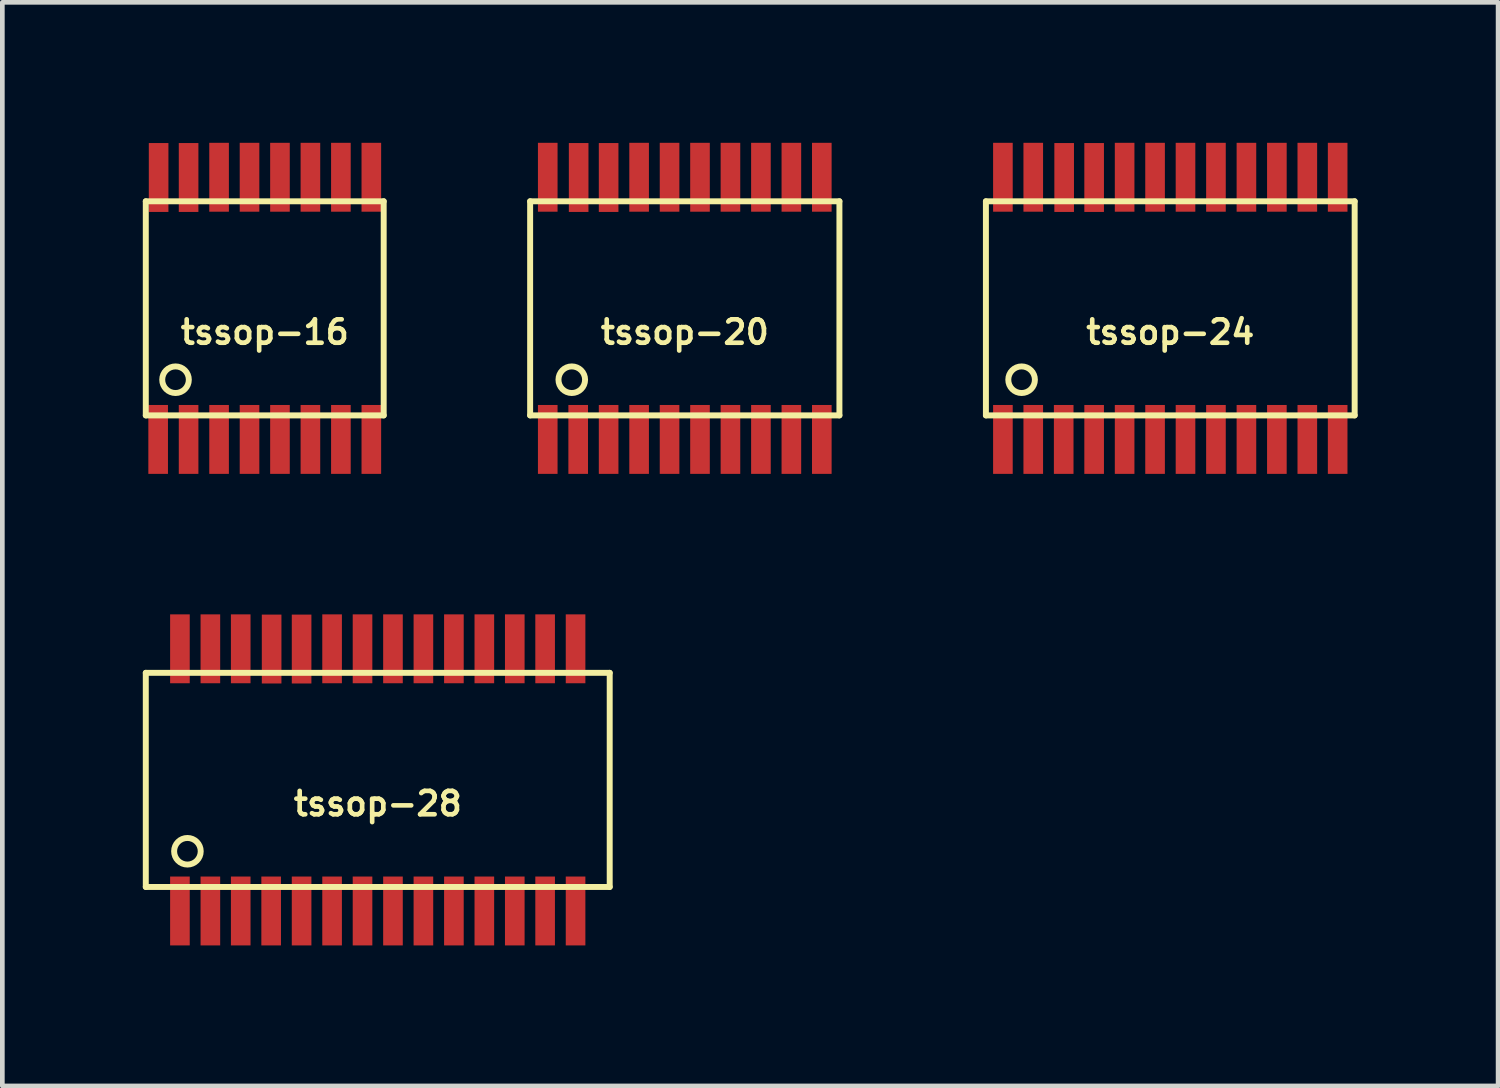
<source format=kicad_pcb>
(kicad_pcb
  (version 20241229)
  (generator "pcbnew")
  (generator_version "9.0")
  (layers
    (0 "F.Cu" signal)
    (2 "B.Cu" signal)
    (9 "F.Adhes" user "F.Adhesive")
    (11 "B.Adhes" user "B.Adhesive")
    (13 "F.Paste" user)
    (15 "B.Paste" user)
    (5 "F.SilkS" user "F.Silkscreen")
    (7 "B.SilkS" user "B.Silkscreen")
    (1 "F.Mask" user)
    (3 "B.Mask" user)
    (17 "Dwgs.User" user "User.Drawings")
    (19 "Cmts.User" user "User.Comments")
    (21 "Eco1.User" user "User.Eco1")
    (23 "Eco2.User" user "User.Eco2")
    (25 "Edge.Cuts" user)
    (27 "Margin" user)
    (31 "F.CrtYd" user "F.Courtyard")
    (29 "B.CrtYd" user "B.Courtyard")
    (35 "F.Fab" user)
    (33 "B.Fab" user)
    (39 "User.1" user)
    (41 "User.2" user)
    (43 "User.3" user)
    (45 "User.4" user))
  (footprint "tssop-28"
    (layer "F.Cu")
    (at 5.016 13.603)
    (property "Reference" "tssop-28" (at 0 0.508 0) (layer "F.SilkS") (effects (font (size 0.5 0.5) (thickness 0.099))))
    (attr through_hole)
    (fp_line (start -4.953 -2.286) (end -4.953 2.286) (stroke (width 0.127) (type solid)) (layer "F.SilkS"))
    (fp_line (start -4.953 2.286) (end 4.953 2.286) (stroke (width 0.127) (type solid)) (layer "F.SilkS"))
    (fp_line (start 4.953 -2.286) (end -4.953 -2.286) (stroke (width 0.127) (type solid)) (layer "F.SilkS"))
    (fp_line (start 4.953 2.286) (end 4.953 -2.286) (stroke (width 0.127) (type solid)) (layer "F.SilkS"))
    (fp_circle (center -4.064 1.524) (end -4.191 1.778) (stroke (width 0.127) (type solid)) (fill no) (layer "F.SilkS"))
    (pad "1" smd rect (at -4.224 2.799) (size 0.419 1.471) (layers "F.Cu" "F.Mask" "F.Paste"))
    (pad "2" smd rect (at -3.574 2.799) (size 0.419 1.471) (layers "F.Cu" "F.Mask" "F.Paste"))
    (pad "3" smd rect (at -2.926 2.799) (size 0.419 1.471) (layers "F.Cu" "F.Mask" "F.Paste"))
    (pad "4" smd rect (at -2.276 2.799) (size 0.419 1.471) (layers "F.Cu" "F.Mask" "F.Paste"))
    (pad "5" smd rect (at -1.626 2.799) (size 0.419 1.471) (layers "F.Cu" "F.Mask" "F.Paste"))
    (pad "6" smd rect (at -0.975 2.799) (size 0.419 1.471) (layers "F.Cu" "F.Mask" "F.Paste"))
    (pad "7" smd rect (at -0.325 2.799) (size 0.419 1.471) (layers "F.Cu" "F.Mask" "F.Paste"))
    (pad "8" smd rect (at 0.325 2.799) (size 0.419 1.471) (layers "F.Cu" "F.Mask" "F.Paste"))
    (pad "9" smd rect (at 0.975 2.799) (size 0.419 1.471) (layers "F.Cu" "F.Mask" "F.Paste"))
    (pad "10" smd rect (at 1.626 2.799) (size 0.419 1.471) (layers "F.Cu" "F.Mask" "F.Paste"))
    (pad "11" smd rect (at 2.276 2.799) (size 0.419 1.471) (layers "F.Cu" "F.Mask" "F.Paste"))
    (pad "12" smd rect (at 2.926 2.799) (size 0.419 1.471) (layers "F.Cu" "F.Mask" "F.Paste"))
    (pad "13" smd rect (at 3.574 2.799) (size 0.419 1.471) (layers "F.Cu" "F.Mask" "F.Paste"))
    (pad "14" smd rect (at 4.224 2.799) (size 0.419 1.471) (layers "F.Cu" "F.Mask" "F.Paste"))
    (pad "15" smd rect (at 4.224 -2.799) (size 0.419 1.471) (layers "F.Cu" "F.Mask" "F.Paste"))
    (pad "16" smd rect (at 3.574 -2.799) (size 0.419 1.471) (layers "F.Cu" "F.Mask" "F.Paste"))
    (pad "17" smd rect (at 2.926 -2.799) (size 0.419 1.471) (layers "F.Cu" "F.Mask" "F.Paste"))
    (pad "18" smd rect (at 2.276 -2.799) (size 0.419 1.471) (layers "F.Cu" "F.Mask" "F.Paste"))
    (pad "19" smd rect (at 1.626 -2.799) (size 0.419 1.471) (layers "F.Cu" "F.Mask" "F.Paste"))
    (pad "20" smd rect (at 0.975 -2.799) (size 0.419 1.471) (layers "F.Cu" "F.Mask" "F.Paste"))
    (pad "21" smd rect (at 0.325 -2.799) (size 0.419 1.471) (layers "F.Cu" "F.Mask" "F.Paste"))
    (pad "22" smd rect (at -0.325 -2.799) (size 0.419 1.471) (layers "F.Cu" "F.Mask" "F.Paste"))
    (pad "23" smd rect (at -0.975 -2.799) (size 0.419 1.471) (layers "F.Cu" "F.Mask" "F.Paste"))
    (pad "24" smd rect (at -1.626 -2.794) (size 0.419 1.471) (layers "F.Cu" "F.Mask" "F.Paste"))
    (pad "25" smd rect (at -2.266 -2.794) (size 0.419 1.471) (layers "F.Cu" "F.Mask" "F.Paste"))
    (pad "26" smd rect (at -2.926 -2.799) (size 0.419 1.471) (layers "F.Cu" "F.Mask" "F.Paste"))
    (pad "27" smd rect (at -3.574 -2.799) (size 0.419 1.471) (layers "F.Cu" "F.Mask" "F.Paste"))
    (pad "28" smd rect (at -4.224 -2.799) (size 0.419 1.471) (layers "F.Cu" "F.Mask" "F.Paste")))
  (footprint "tssop-20"
    (layer "F.Cu")
    (at 11.572 3.534)
    (property "Reference" "tssop-20" (at 0 0.508 0) (layer "F.SilkS") (effects (font (size 0.5 0.5) (thickness 0.099))))
    (attr through_hole)
    (fp_line (start -3.302 -2.286) (end -3.302 2.286) (stroke (width 0.127) (type solid)) (layer "F.SilkS"))
    (fp_line (start -3.302 2.286) (end 3.302 2.286) (stroke (width 0.127) (type solid)) (layer "F.SilkS"))
    (fp_line (start 3.302 -2.286) (end -3.302 -2.286) (stroke (width 0.127) (type solid)) (layer "F.SilkS"))
    (fp_line (start 3.302 2.286) (end 3.302 -2.286) (stroke (width 0.127) (type solid)) (layer "F.SilkS"))
    (fp_circle (center -2.413 1.524) (end -2.54 1.778) (stroke (width 0.127) (type solid)) (fill no) (layer "F.SilkS"))
    (pad "1" smd rect (at -2.926 2.799) (size 0.419 1.471) (layers "F.Cu" "F.Mask" "F.Paste"))
    (pad "2" smd rect (at -2.276 2.799) (size 0.419 1.471) (layers "F.Cu" "F.Mask" "F.Paste"))
    (pad "3" smd rect (at -1.626 2.799) (size 0.419 1.471) (layers "F.Cu" "F.Mask" "F.Paste"))
    (pad "4" smd rect (at -0.975 2.799) (size 0.419 1.471) (layers "F.Cu" "F.Mask" "F.Paste"))
    (pad "5" smd rect (at -0.325 2.799) (size 0.419 1.471) (layers "F.Cu" "F.Mask" "F.Paste"))
    (pad "6" smd rect (at 0.325 2.799) (size 0.419 1.471) (layers "F.Cu" "F.Mask" "F.Paste"))
    (pad "7" smd rect (at 0.975 2.799) (size 0.419 1.471) (layers "F.Cu" "F.Mask" "F.Paste"))
    (pad "8" smd rect (at 1.626 2.799) (size 0.419 1.471) (layers "F.Cu" "F.Mask" "F.Paste"))
    (pad "9" smd rect (at 2.276 2.799) (size 0.419 1.471) (layers "F.Cu" "F.Mask" "F.Paste"))
    (pad "10" smd rect (at 2.926 2.799) (size 0.419 1.471) (layers "F.Cu" "F.Mask" "F.Paste"))
    (pad "11" smd rect (at 2.926 -2.799) (size 0.419 1.471) (layers "F.Cu" "F.Mask" "F.Paste"))
    (pad "12" smd rect (at 2.276 -2.799) (size 0.419 1.471) (layers "F.Cu" "F.Mask" "F.Paste"))
    (pad "13" smd rect (at 1.626 -2.799) (size 0.419 1.471) (layers "F.Cu" "F.Mask" "F.Paste"))
    (pad "14" smd rect (at 0.975 -2.799) (size 0.419 1.471) (layers "F.Cu" "F.Mask" "F.Paste"))
    (pad "15" smd rect (at 0.325 -2.799) (size 0.419 1.471) (layers "F.Cu" "F.Mask" "F.Paste"))
    (pad "16" smd rect (at -0.325 -2.799) (size 0.419 1.471) (layers "F.Cu" "F.Mask" "F.Paste"))
    (pad "17" smd rect (at -0.975 -2.799) (size 0.419 1.471) (layers "F.Cu" "F.Mask" "F.Paste"))
    (pad "18" smd rect (at -1.626 -2.794) (size 0.419 1.471) (layers "F.Cu" "F.Mask" "F.Paste"))
    (pad "19" smd rect (at -2.266 -2.794) (size 0.419 1.471) (layers "F.Cu" "F.Mask" "F.Paste"))
    (pad "20" smd rect (at -2.926 -2.799) (size 0.419 1.471) (layers "F.Cu" "F.Mask" "F.Paste")))
  (footprint "tssop-24"
    (layer "F.Cu")
    (at 21.939 3.534)
    (property "Reference" "tssop-24" (at 0 0.508 0) (layer "F.SilkS") (effects (font (size 0.5 0.5) (thickness 0.099))))
    (attr through_hole)
    (fp_line (start -3.937 -2.286) (end -3.937 2.286) (stroke (width 0.127) (type solid)) (layer "F.SilkS"))
    (fp_line (start -3.937 2.286) (end 3.937 2.286) (stroke (width 0.127) (type solid)) (layer "F.SilkS"))
    (fp_line (start 3.937 -2.286) (end -3.937 -2.286) (stroke (width 0.127) (type solid)) (layer "F.SilkS"))
    (fp_line (start 3.937 2.286) (end 3.937 -2.286) (stroke (width 0.127) (type solid)) (layer "F.SilkS"))
    (fp_circle (center -3.175 1.524) (end -3.302 1.778) (stroke (width 0.127) (type solid)) (fill no) (layer "F.SilkS"))
    (pad "1" smd rect (at -3.574 2.799) (size 0.419 1.471) (layers "F.Cu" "F.Mask" "F.Paste"))
    (pad "2" smd rect (at -2.926 2.799) (size 0.419 1.471) (layers "F.Cu" "F.Mask" "F.Paste"))
    (pad "3" smd rect (at -2.276 2.799) (size 0.419 1.471) (layers "F.Cu" "F.Mask" "F.Paste"))
    (pad "4" smd rect (at -1.626 2.799) (size 0.419 1.471) (layers "F.Cu" "F.Mask" "F.Paste"))
    (pad "5" smd rect (at -0.975 2.799) (size 0.419 1.471) (layers "F.Cu" "F.Mask" "F.Paste"))
    (pad "6" smd rect (at -0.325 2.799) (size 0.419 1.471) (layers "F.Cu" "F.Mask" "F.Paste"))
    (pad "7" smd rect (at 0.325 2.799) (size 0.419 1.471) (layers "F.Cu" "F.Mask" "F.Paste"))
    (pad "8" smd rect (at 0.975 2.799) (size 0.419 1.471) (layers "F.Cu" "F.Mask" "F.Paste"))
    (pad "9" smd rect (at 1.626 2.799) (size 0.419 1.471) (layers "F.Cu" "F.Mask" "F.Paste"))
    (pad "10" smd rect (at 2.276 2.799) (size 0.419 1.471) (layers "F.Cu" "F.Mask" "F.Paste"))
    (pad "11" smd rect (at 2.926 2.799) (size 0.419 1.471) (layers "F.Cu" "F.Mask" "F.Paste"))
    (pad "12" smd rect (at 3.574 2.799) (size 0.419 1.471) (layers "F.Cu" "F.Mask" "F.Paste"))
    (pad "13" smd rect (at 3.574 -2.799) (size 0.419 1.471) (layers "F.Cu" "F.Mask" "F.Paste"))
    (pad "14" smd rect (at 2.926 -2.799) (size 0.419 1.471) (layers "F.Cu" "F.Mask" "F.Paste"))
    (pad "15" smd rect (at 2.276 -2.799) (size 0.419 1.471) (layers "F.Cu" "F.Mask" "F.Paste"))
    (pad "16" smd rect (at 1.626 -2.799) (size 0.419 1.471) (layers "F.Cu" "F.Mask" "F.Paste"))
    (pad "17" smd rect (at 0.975 -2.799) (size 0.419 1.471) (layers "F.Cu" "F.Mask" "F.Paste"))
    (pad "18" smd rect (at 0.325 -2.799) (size 0.419 1.471) (layers "F.Cu" "F.Mask" "F.Paste"))
    (pad "19" smd rect (at -0.325 -2.799) (size 0.419 1.471) (layers "F.Cu" "F.Mask" "F.Paste"))
    (pad "20" smd rect (at -0.975 -2.799) (size 0.419 1.471) (layers "F.Cu" "F.Mask" "F.Paste"))
    (pad "21" smd rect (at -1.626 -2.794) (size 0.419 1.471) (layers "F.Cu" "F.Mask" "F.Paste"))
    (pad "22" smd rect (at -2.266 -2.794) (size 0.419 1.471) (layers "F.Cu" "F.Mask" "F.Paste"))
    (pad "23" smd rect (at -2.926 -2.799) (size 0.419 1.471) (layers "F.Cu" "F.Mask" "F.Paste"))
    (pad "24" smd rect (at -3.574 -2.799) (size 0.419 1.471) (layers "F.Cu" "F.Mask" "F.Paste")))
  (footprint "tssop-16"
    (layer "F.Cu")
    (at 2.603 3.534)
    (property "Reference" "tssop-16" (at 0 0.508 0) (layer "F.SilkS") (effects (font (size 0.5 0.5) (thickness 0.099))))
    (attr through_hole)
    (fp_line (start -2.54 -2.286) (end -2.54 2.286) (stroke (width 0.127) (type solid)) (layer "F.SilkS"))
    (fp_line (start -2.54 2.286) (end 2.54 2.286) (stroke (width 0.127) (type solid)) (layer "F.SilkS"))
    (fp_line (start 2.54 -2.286) (end -2.54 -2.286) (stroke (width 0.127) (type solid)) (layer "F.SilkS"))
    (fp_line (start 2.54 2.286) (end 2.54 -2.286) (stroke (width 0.127) (type solid)) (layer "F.SilkS"))
    (fp_circle (center -1.905 1.524) (end -2.032 1.778) (stroke (width 0.127) (type solid)) (fill no) (layer "F.SilkS"))
    (pad "1" smd rect (at -2.276 2.799) (size 0.419 1.471) (layers "F.Cu" "F.Mask" "F.Paste"))
    (pad "2" smd rect (at -1.626 2.799) (size 0.419 1.471) (layers "F.Cu" "F.Mask" "F.Paste"))
    (pad "3" smd rect (at -0.975 2.799) (size 0.419 1.471) (layers "F.Cu" "F.Mask" "F.Paste"))
    (pad "4" smd rect (at -0.325 2.799) (size 0.419 1.471) (layers "F.Cu" "F.Mask" "F.Paste"))
    (pad "5" smd rect (at 0.325 2.799) (size 0.419 1.471) (layers "F.Cu" "F.Mask" "F.Paste"))
    (pad "6" smd rect (at 0.975 2.799) (size 0.419 1.471) (layers "F.Cu" "F.Mask" "F.Paste"))
    (pad "7" smd rect (at 1.626 2.799) (size 0.419 1.471) (layers "F.Cu" "F.Mask" "F.Paste"))
    (pad "8" smd rect (at 2.276 2.799) (size 0.419 1.471) (layers "F.Cu" "F.Mask" "F.Paste"))
    (pad "9" smd rect (at 2.276 -2.799) (size 0.419 1.471) (layers "F.Cu" "F.Mask" "F.Paste"))
    (pad "10" smd rect (at 1.626 -2.799) (size 0.419 1.471) (layers "F.Cu" "F.Mask" "F.Paste"))
    (pad "11" smd rect (at 0.975 -2.799) (size 0.419 1.471) (layers "F.Cu" "F.Mask" "F.Paste"))
    (pad "12" smd rect (at 0.325 -2.799) (size 0.419 1.471) (layers "F.Cu" "F.Mask" "F.Paste"))
    (pad "13" smd rect (at -0.325 -2.799) (size 0.419 1.471) (layers "F.Cu" "F.Mask" "F.Paste"))
    (pad "14" smd rect (at -0.975 -2.799) (size 0.419 1.471) (layers "F.Cu" "F.Mask" "F.Paste"))
    (pad "15" smd rect (at -1.626 -2.794) (size 0.419 1.471) (layers "F.Cu" "F.Mask" "F.Paste"))
    (pad "16" smd rect (at -2.266 -2.794) (size 0.419 1.471) (layers "F.Cu" "F.Mask" "F.Paste")))
  (gr_rect
    (start -3 -3)
    (end 28.939 20.138)
    (stroke (width 0.1) (type default))
    (fill no)
    (layer "Edge.Cuts")))
</source>
